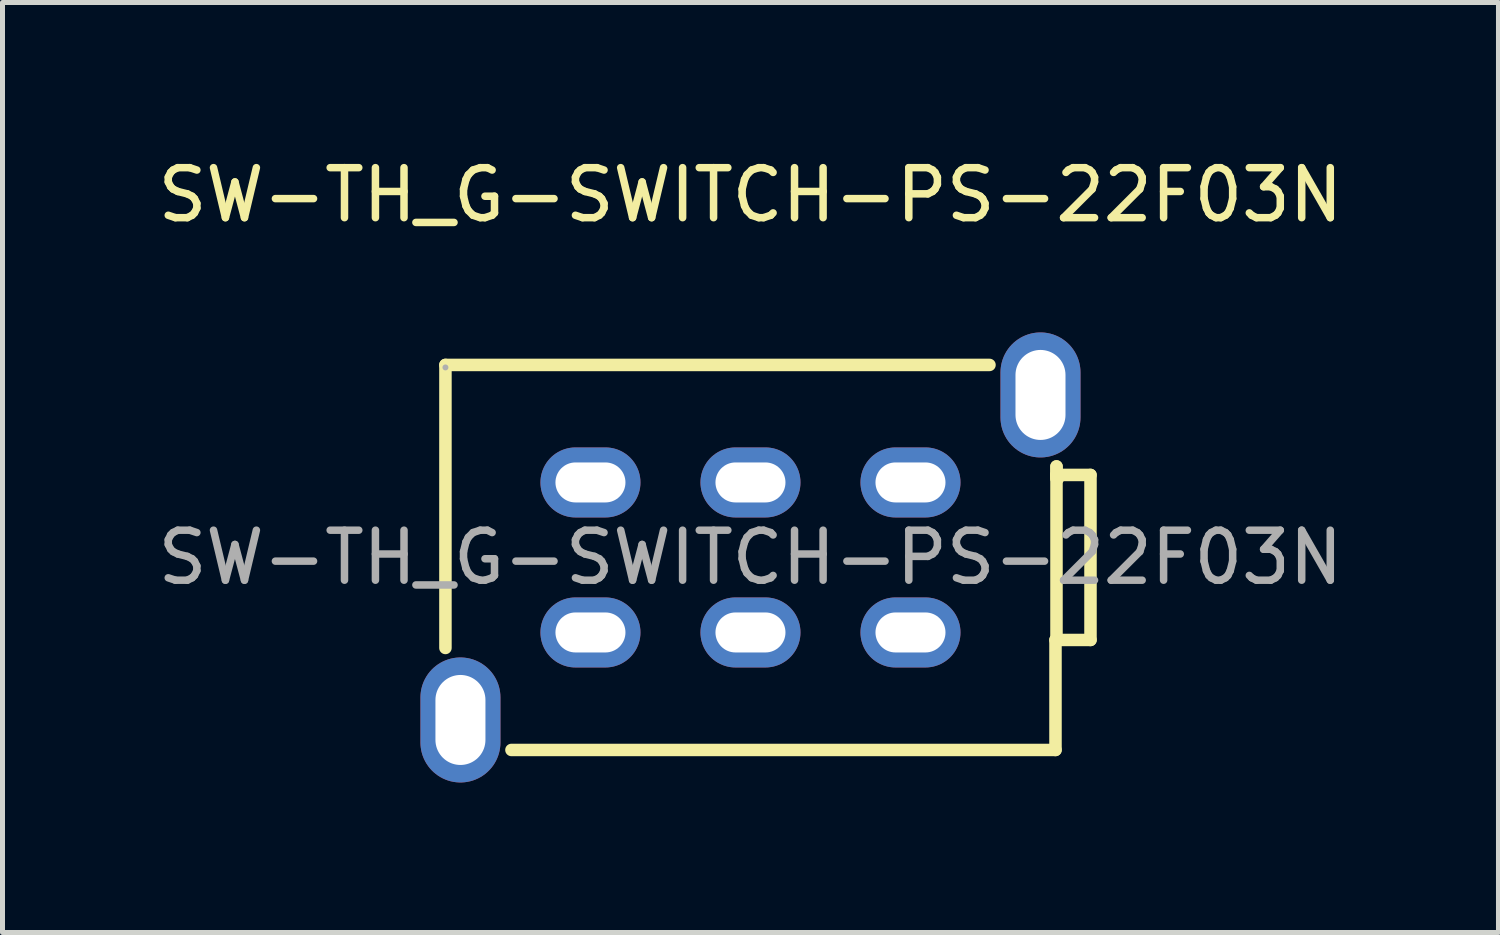
<source format=kicad_pcb>
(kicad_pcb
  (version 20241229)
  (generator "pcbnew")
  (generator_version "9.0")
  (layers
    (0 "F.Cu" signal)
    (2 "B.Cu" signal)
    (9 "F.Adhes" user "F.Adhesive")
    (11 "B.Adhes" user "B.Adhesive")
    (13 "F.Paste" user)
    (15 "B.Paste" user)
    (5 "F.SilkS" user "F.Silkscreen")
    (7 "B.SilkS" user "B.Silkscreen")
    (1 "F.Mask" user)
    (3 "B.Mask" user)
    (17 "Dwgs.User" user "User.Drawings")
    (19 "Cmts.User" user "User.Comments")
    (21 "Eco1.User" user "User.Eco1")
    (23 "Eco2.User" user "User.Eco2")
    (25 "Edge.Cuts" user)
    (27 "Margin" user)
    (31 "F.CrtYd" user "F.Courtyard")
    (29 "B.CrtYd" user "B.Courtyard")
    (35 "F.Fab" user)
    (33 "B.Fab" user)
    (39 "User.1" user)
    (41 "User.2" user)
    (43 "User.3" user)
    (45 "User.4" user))
  (footprint "SW-TH_G-SWITCH-PS-22F03N"
    (layer "F.Cu")
    (at 11.958 8.098)
    (property "Reference" "SW-TH_G-SWITCH-PS-22F03N" (at 0 -7.25 0) (layer "F.SilkS") (effects (font (size 1 1) (thickness 0.15))))
    (attr through_hole)
    (fp_line (start -6.1 -3.85) (end 4.78 -3.85) (stroke (width 0.25) (type solid)) (layer "F.SilkS"))
    (fp_line (start -6.1 1.81) (end -6.1 -3.85) (stroke (width 0.25) (type solid)) (layer "F.SilkS"))
    (fp_line (start 6.1 1.65) (end 6.1 3.85) (stroke (width 0.25) (type solid)) (layer "F.SilkS"))
    (fp_line (start 6.1 3.85) (end -4.78 3.85) (stroke (width 0.25) (type solid)) (layer "F.SilkS"))
    (fp_line (start 6.12 -1.82) (end 6.12 -1.65) (stroke (width 0.25) (type solid)) (layer "F.SilkS"))
    (fp_line (start 6.12 -1.65) (end 6.12 -1.58) (stroke (width 0.25) (type solid)) (layer "F.SilkS"))
    (fp_line (start 6.12 -1.58) (end 6.15 -1.58) (stroke (width 0.25) (type solid)) (layer "F.SilkS"))
    (fp_line (start 6.12 1.65) (end 6.1 1.65) (stroke (width 0.25) (type solid)) (layer "F.SilkS"))
    (fp_line (start 6.12 1.65) (end 6.12 -1.82) (stroke (width 0.25) (type solid)) (layer "F.SilkS"))
    (fp_line (start 6.12 1.65) (end 6.12 1.65) (stroke (width 0.25) (type solid)) (layer "F.SilkS"))
    (fp_line (start 6.8 -1.65) (end 6.12 -1.65) (stroke (width 0.25) (type solid)) (layer "F.SilkS"))
    (fp_line (start 6.8 1.65) (end 6.12 1.65) (stroke (width 0.25) (type solid)) (layer "F.SilkS"))
    (fp_line (start 6.8 1.65) (end 6.8 -1.65) (stroke (width 0.25) (type solid)) (layer "F.SilkS"))
    (fp_circle (center -6.1 -3.8) (end -6.07 -3.8) (stroke (width 0.06) (type solid)) (fill no) (layer "F.Fab"))
    (fp_text user "${REFERENCE}" (at 0 0 0) (layer "F.Fab") (effects (font (size 1 1) (thickness 0.15))))
    (pad "1" thru_hole oval (at -3.2 -1.5) (size 2 1.4) (drill oval 1.4 0.8) (layers "*.Cu" "*.Mask"))
    (pad "2" thru_hole oval (at 0 -1.5) (size 2 1.4) (drill oval 1.4 0.8) (layers "*.Cu" "*.Mask"))
    (pad "3" thru_hole oval (at 3.2 -1.5) (size 2 1.4) (drill oval 1.4 0.8) (layers "*.Cu" "*.Mask"))
    (pad "4" thru_hole oval (at -3.2 1.5) (size 2 1.4) (drill oval 1.4 0.8) (layers "*.Cu" "*.Mask"))
    (pad "5" thru_hole oval (at 0 1.5) (size 2 1.4) (drill oval 1.4 0.8) (layers "*.Cu" "*.Mask"))
    (pad "6" thru_hole oval (at 3.2 1.5) (size 2 1.4) (drill oval 1.4 0.8) (layers "*.Cu" "*.Mask"))
    (pad "7" thru_hole oval (at -5.8 3.25) (size 1.6 2.5) (drill oval 1 1.8) (layers "*.Cu" "*.Mask"))
    (pad "8" thru_hole oval (at 5.8 -3.25) (size 1.6 2.5) (drill oval 1 1.8) (layers "*.Cu" "*.Mask")))
  (gr_rect
    (start -3 -3)
    (end 26.917 15.598)
    (stroke (width 0.1) (type default))
    (fill no)
    (layer "Edge.Cuts")))
</source>
